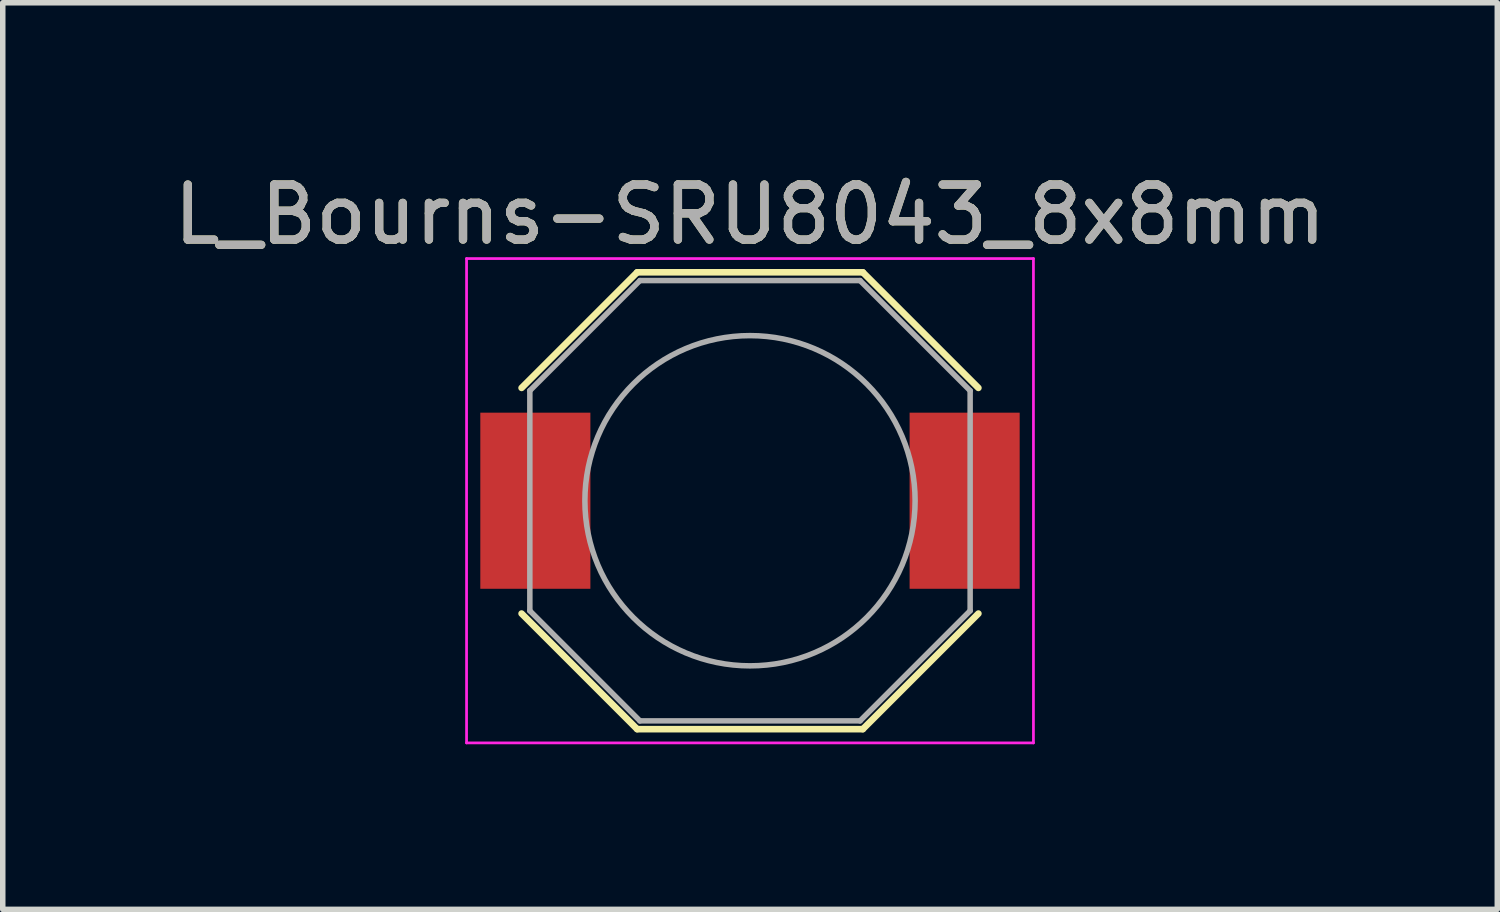
<source format=kicad_pcb>
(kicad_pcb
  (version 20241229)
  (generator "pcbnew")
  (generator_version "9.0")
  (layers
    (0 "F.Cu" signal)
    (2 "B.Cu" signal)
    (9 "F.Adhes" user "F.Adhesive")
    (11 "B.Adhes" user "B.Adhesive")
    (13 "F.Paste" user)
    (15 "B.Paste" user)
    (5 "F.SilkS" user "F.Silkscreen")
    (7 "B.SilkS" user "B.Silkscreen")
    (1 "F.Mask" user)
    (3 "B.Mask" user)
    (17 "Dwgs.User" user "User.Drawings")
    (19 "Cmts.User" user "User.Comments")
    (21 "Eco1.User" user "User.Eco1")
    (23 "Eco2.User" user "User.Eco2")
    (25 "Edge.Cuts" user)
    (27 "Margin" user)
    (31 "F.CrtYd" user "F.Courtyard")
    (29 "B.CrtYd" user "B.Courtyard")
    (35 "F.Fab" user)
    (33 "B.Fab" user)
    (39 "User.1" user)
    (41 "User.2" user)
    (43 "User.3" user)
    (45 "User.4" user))
  (footprint "L_Bourns-SRU8043_8x8mm"
    (layer "F.Cu")
    (at 10.577 6.048)
    (property "Reference" "L_Bourns-SRU8043_8x8mm" (at 0 -5.2 0) (layer "F.SilkS") (effects (font (size 1 1) (thickness 0.15))))
    (attr smd)
    (fp_line (start -2.05 -4.15) (end -4.15 -2.05) (stroke (width 0.12) (type solid)) (layer "F.SilkS"))
    (fp_line (start -2.05 -4.15) (end 2.05 -4.15) (stroke (width 0.12) (type solid)) (layer "F.SilkS"))
    (fp_line (start -2.05 4.15) (end -4.15 2.05) (stroke (width 0.12) (type solid)) (layer "F.SilkS"))
    (fp_line (start 2.05 -4.15) (end 4.15 -2.05) (stroke (width 0.12) (type solid)) (layer "F.SilkS"))
    (fp_line (start 2.05 4.15) (end -2.05 4.15) (stroke (width 0.12) (type solid)) (layer "F.SilkS"))
    (fp_line (start 2.05 4.15) (end 4.15 2.05) (stroke (width 0.12) (type solid)) (layer "F.SilkS"))
    (fp_line (start -5.15 -4.4) (end 5.15 -4.4) (stroke (width 0.05) (type solid)) (layer "F.CrtYd"))
    (fp_line (start -5.15 4.4) (end -5.15 -4.4) (stroke (width 0.05) (type solid)) (layer "F.CrtYd"))
    (fp_line (start 5.15 -4.4) (end 5.15 4.4) (stroke (width 0.05) (type solid)) (layer "F.CrtYd"))
    (fp_line (start 5.15 4.4) (end -5.15 4.4) (stroke (width 0.05) (type solid)) (layer "F.CrtYd"))
    (fp_line (start -4 -2) (end -2 -4) (stroke (width 0.1) (type solid)) (layer "F.Fab"))
    (fp_line (start -4 2) (end -4 -2) (stroke (width 0.1) (type solid)) (layer "F.Fab"))
    (fp_line (start -2 -4) (end 2 -4) (stroke (width 0.1) (type solid)) (layer "F.Fab"))
    (fp_line (start -2 4) (end -4 2) (stroke (width 0.1) (type solid)) (layer "F.Fab"))
    (fp_line (start 2 -4) (end 4 -2) (stroke (width 0.1) (type solid)) (layer "F.Fab"))
    (fp_line (start 2 4) (end -2 4) (stroke (width 0.1) (type solid)) (layer "F.Fab"))
    (fp_line (start 4 -2) (end 4 2) (stroke (width 0.1) (type solid)) (layer "F.Fab"))
    (fp_line (start 4 2) (end 2 4) (stroke (width 0.1) (type solid)) (layer "F.Fab"))
    (fp_circle (center 0 0) (end 0 -3) (stroke (width 0.1) (type solid)) (fill no) (layer "F.Fab"))
    (fp_text user "${REFERENCE}" (at 0 -5.2 0) (layer "F.Fab") (effects (font (size 1 1) (thickness 0.15))))
    (pad "1" smd rect (at -3.9 0) (size 2 3.2) (layers "F.Cu" "F.Mask" "F.Paste"))
    (pad "2" smd rect (at 3.9 0) (size 2 3.2) (layers "F.Cu" "F.Mask" "F.Paste")))
  (gr_rect
    (start -3 -3)
    (end 24.155 13.473)
    (stroke (width 0.1) (type default))
    (fill no)
    (layer "Edge.Cuts")))
</source>
